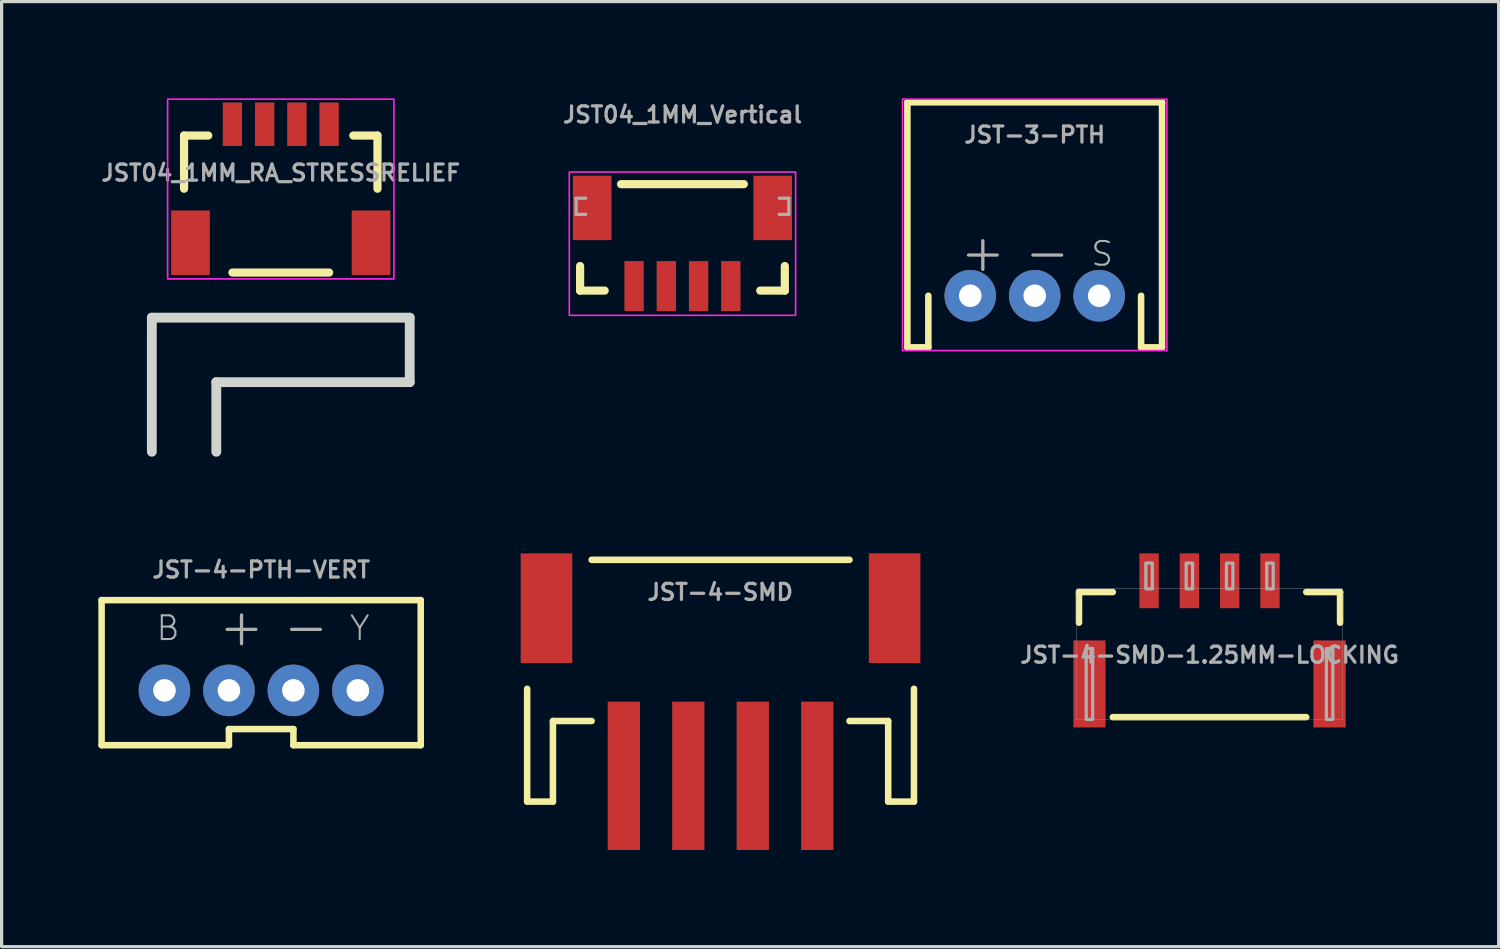
<source format=kicad_pcb>
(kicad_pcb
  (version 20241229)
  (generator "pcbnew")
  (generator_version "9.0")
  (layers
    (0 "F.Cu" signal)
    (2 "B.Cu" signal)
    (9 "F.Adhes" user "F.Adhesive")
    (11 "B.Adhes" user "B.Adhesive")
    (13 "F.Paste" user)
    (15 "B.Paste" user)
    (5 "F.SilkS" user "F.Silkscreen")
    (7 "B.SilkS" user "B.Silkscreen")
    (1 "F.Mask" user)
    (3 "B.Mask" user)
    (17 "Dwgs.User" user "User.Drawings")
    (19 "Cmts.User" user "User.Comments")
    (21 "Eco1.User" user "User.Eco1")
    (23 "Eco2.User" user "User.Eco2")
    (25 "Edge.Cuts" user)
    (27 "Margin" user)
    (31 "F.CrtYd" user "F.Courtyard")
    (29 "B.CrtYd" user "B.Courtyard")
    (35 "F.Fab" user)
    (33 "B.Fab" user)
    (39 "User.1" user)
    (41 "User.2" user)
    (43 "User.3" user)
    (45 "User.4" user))
  (footprint "JST04_1MM_RA_STRESSRELIEF"
    (layer "F.Cu")
    (at 5.66 0.805)
    (property "Reference" "JST04_1MM_RA_STRESSRELIEF" (at 0 1.8 0) (layer "F.Fab") (effects (font (size 0.5 0.5) (thickness 0.1)) (justify bottom)))
    (fp_line (start -3 0.35) (end -2.25 0.35) (stroke (width 0.254) (type solid)) (layer "F.SilkS"))
    (fp_line (start -3 2) (end -3 0.35) (stroke (width 0.254) (type solid)) (layer "F.SilkS"))
    (fp_line (start -1.5 4.6) (end 1.5 4.6) (stroke (width 0.254) (type solid)) (layer "F.SilkS"))
    (fp_line (start 2.25 0.35) (end 3 0.35) (stroke (width 0.254) (type solid)) (layer "F.SilkS"))
    (fp_line (start 3 0.35) (end 3 2) (stroke (width 0.254) (type solid)) (layer "F.SilkS"))
    (fp_line (start -4 6) (end -4 10.16) (stroke (width 0.305) (type solid)) (layer "Edge.Cuts"))
    (fp_line (start -2 8) (end 4 8) (stroke (width 0.305) (type solid)) (layer "Edge.Cuts"))
    (fp_line (start -2 10.16) (end -2 8) (stroke (width 0.305) (type solid)) (layer "Edge.Cuts"))
    (fp_line (start 4 6) (end -4 6) (stroke (width 0.305) (type solid)) (layer "Edge.Cuts"))
    (fp_line (start 4 8) (end 4 6) (stroke (width 0.305) (type solid)) (layer "Edge.Cuts"))
    (fp_rect (start 3.51 4.797) (end -3.51 -0.78) (stroke (width 0.05) (type default)) (fill no) (layer "F.CrtYd"))
    (pad "1" smd rect (at -1.5 0) (size 0.6 1.35) (layers "F.Cu" "F.Mask" "F.Paste"))
    (pad "2" smd rect (at -0.5 0) (size 0.6 1.35) (layers "F.Cu" "F.Mask" "F.Paste"))
    (pad "3" smd rect (at 0.5 0) (size 0.6 1.35) (layers "F.Cu" "F.Mask" "F.Paste"))
    (pad "4" smd rect (at 1.5 0) (size 0.6 1.35) (layers "F.Cu" "F.Mask" "F.Paste"))
    (pad "NC1" smd rect (at 2.8 3.675) (size 1.2 2) (layers "F.Cu" "F.Mask" "F.Paste"))
    (pad "NC2" smd rect (at -2.8 3.675) (size 1.2 2) (layers "F.Cu" "F.Mask" "F.Paste")))
  (footprint "JST-4-SMD-1.25MM-LOCKING"
    (layer "F.Cu")
    (at 34.472 18.267)
    (property "Reference" "JST-4-SMD-1.25MM-LOCKING" (at 0 -1 0) (layer "F.Fab") (effects (font (size 0.5 0.5) (thickness 0.1))))
    (fp_line (start -4.05 -2.95) (end -3 -2.95) (stroke (width 0.203) (type solid)) (layer "F.SilkS"))
    (fp_line (start -4.05 -2) (end -4.05 -2.95) (stroke (width 0.203) (type solid)) (layer "F.SilkS"))
    (fp_line (start -3 0.93) (end 3 0.93) (stroke (width 0.203) (type solid)) (layer "F.SilkS"))
    (fp_line (start 3 -2.95) (end 4.05 -2.95) (stroke (width 0.203) (type solid)) (layer "F.SilkS"))
    (fp_line (start 4.05 -2) (end 4.05 -2.95) (stroke (width 0.203) (type solid)) (layer "F.SilkS"))
    (fp_line (start -4.125 -3.05) (end 4.125 -3.05) (stroke (width 0.01) (type solid)) (layer "F.Fab"))
    (fp_line (start -4.125 1) (end -4.125 -3.05) (stroke (width 0.01) (type solid)) (layer "F.Fab"))
    (fp_line (start 4.125 -3.05) (end 4.125 1) (stroke (width 0.01) (type solid)) (layer "F.Fab"))
    (fp_line (start 4.125 1) (end -4.125 1) (stroke (width 0.01) (type solid)) (layer "F.Fab"))
    (fp_poly (pts (xy -3.825 1) (xy -3.625 1) (xy -3.625 -1.2) (xy -3.825 -1.2)) (stroke (width 0.1) (type default)) (fill no) (layer "F.Fab"))
    (fp_poly (pts (xy -1.975 -3.05) (xy -1.775 -3.05) (xy -1.775 -3.85) (xy -1.975 -3.85)) (stroke (width 0.1) (type default)) (fill no) (layer "F.Fab"))
    (fp_poly (pts (xy -0.725 -3.05) (xy -0.525 -3.05) (xy -0.525 -3.85) (xy -0.725 -3.85)) (stroke (width 0.1) (type default)) (fill no) (layer "F.Fab"))
    (fp_poly (pts (xy 0.525 -3.05) (xy 0.725 -3.05) (xy 0.725 -3.85) (xy 0.525 -3.85)) (stroke (width 0.1) (type default)) (fill no) (layer "F.Fab"))
    (fp_poly (pts (xy 1.775 -3.05) (xy 1.975 -3.05) (xy 1.975 -3.85) (xy 1.775 -3.85)) (stroke (width 0.1) (type default)) (fill no) (layer "F.Fab"))
    (fp_poly (pts (xy 3.625 1) (xy 3.825 1) (xy 3.825 -1.2) (xy 3.625 -1.2)) (stroke (width 0.1) (type default)) (fill no) (layer "F.Fab"))
    (pad "1" smd rect (at -1.875 -3.3 180) (size 0.6 1.7) (layers "F.Cu" "F.Mask" "F.Paste"))
    (pad "2" smd rect (at -0.625 -3.3 180) (size 0.6 1.7) (layers "F.Cu" "F.Mask" "F.Paste"))
    (pad "3" smd rect (at 0.625 -3.3 180) (size 0.6 1.7) (layers "F.Cu" "F.Mask" "F.Paste"))
    (pad "4" smd rect (at 1.875 -3.3 180) (size 0.6 1.7) (layers "F.Cu" "F.Mask" "F.Paste"))
    (pad "NC1" smd rect (at 3.725 -0.1 270) (size 2.7 1) (layers "F.Cu" "F.Mask" "F.Paste"))
    (pad "NC2" smd rect (at -3.725 -0.1 270) (size 2.7 1) (layers "F.Cu" "F.Mask" "F.Paste")))
  (footprint "JST04_1MM_Vertical"
    (layer "F.Cu")
    (at 18.121 4.314)
    (property "Reference" "JST04_1MM_Vertical" (at 0 -3.514 0) (layer "F.Fab") (effects (font (size 0.5 0.5) (thickness 0.1)) (justify bottom)))
    (fp_line (start -3.175 0.889) (end -3.175 1.651) (stroke (width 0.254) (type solid)) (layer "F.SilkS"))
    (fp_line (start -3.175 1.651) (end -2.413 1.651) (stroke (width 0.254) (type solid)) (layer "F.SilkS"))
    (fp_line (start 1.905 -1.651) (end -1.905 -1.651) (stroke (width 0.254) (type solid)) (layer "F.SilkS"))
    (fp_line (start 3.175 0.889) (end 3.175 1.651) (stroke (width 0.254) (type solid)) (layer "F.SilkS"))
    (fp_line (start 3.175 1.651) (end 2.413 1.651) (stroke (width 0.254) (type solid)) (layer "F.SilkS"))
    (fp_rect (start 3.51 -2.028) (end -3.51 2.418) (stroke (width 0.05) (type default)) (fill no) (layer "F.CrtYd"))
    (fp_line (start -3.3 -1.214) (end -3.3 -0.714) (stroke (width 0.1) (type solid)) (layer "F.Fab"))
    (fp_line (start -3.3 -0.714) (end -3 -0.714) (stroke (width 0.1) (type solid)) (layer "F.Fab"))
    (fp_line (start -3 -1.214) (end -3.3 -1.214) (stroke (width 0.1) (type solid)) (layer "F.Fab"))
    (fp_line (start 3 -0.714) (end 3.3 -0.714) (stroke (width 0.1) (type solid)) (layer "F.Fab"))
    (fp_line (start 3.3 -1.214) (end 3 -1.214) (stroke (width 0.1) (type solid)) (layer "F.Fab"))
    (fp_line (start 3.3 -0.714) (end 3.3 -1.214) (stroke (width 0.1) (type solid)) (layer "F.Fab"))
    (pad "1" smd rect (at -1.5 1.511) (size 0.6 1.55) (layers "F.Cu" "F.Mask" "F.Paste"))
    (pad "2" smd rect (at -0.5 1.511) (size 0.6 1.55) (layers "F.Cu" "F.Mask" "F.Paste"))
    (pad "3" smd rect (at 0.5 1.511) (size 0.6 1.55) (layers "F.Cu" "F.Mask" "F.Paste"))
    (pad "4" smd rect (at 1.5 1.511) (size 0.6 1.55) (layers "F.Cu" "F.Mask" "F.Paste"))
    (pad "NC1" smd rect (at -2.8 -0.914) (size 1.2 2) (layers "F.Cu" "F.Mask" "F.Paste"))
    (pad "NC2" smd rect (at 2.8 -0.914) (size 1.2 2) (layers "F.Cu" "F.Mask" "F.Paste")))
  (footprint "JST-4-SMD"
    (layer "F.Cu")
    (at 19.293 16.247)
    (property "Reference" "JST-4-SMD" (at 0 -0.635 0) (layer "F.Fab") (effects (font (size 0.5 0.5) (thickness 0.1)) (justify bottom)))
    (fp_line (start -5.99 2.07) (end -5.99 5.57) (stroke (width 0.203) (type solid)) (layer "F.SilkS"))
    (fp_line (start -5.99 5.57) (end -5.19 5.57) (stroke (width 0.203) (type solid)) (layer "F.SilkS"))
    (fp_line (start -5.19 3.07) (end -3.99 3.07) (stroke (width 0.203) (type solid)) (layer "F.SilkS"))
    (fp_line (start -5.19 5.57) (end -5.19 3.07) (stroke (width 0.203) (type solid)) (layer "F.SilkS"))
    (fp_line (start 4.01 -1.93) (end -3.99 -1.93) (stroke (width 0.203) (type solid)) (layer "F.SilkS"))
    (fp_line (start 4.01 3.07) (end 5.21 3.07) (stroke (width 0.203) (type solid)) (layer "F.SilkS"))
    (fp_line (start 5.21 3.07) (end 5.21 5.57) (stroke (width 0.203) (type solid)) (layer "F.SilkS"))
    (fp_line (start 5.21 5.57) (end 6.01 5.57) (stroke (width 0.203) (type solid)) (layer "F.SilkS"))
    (fp_line (start 6.01 5.57) (end 6.01 2.07) (stroke (width 0.203) (type solid)) (layer "F.SilkS"))
    (pad "1" smd rect (at 3.01 4.77) (size 1 4.6) (layers "F.Cu" "F.Mask" "F.Paste"))
    (pad "2" smd rect (at 1.01 4.77) (size 1 4.6) (layers "F.Cu" "F.Mask" "F.Paste"))
    (pad "3" smd rect (at -0.99 4.77) (size 1 4.6) (layers "F.Cu" "F.Mask" "F.Paste"))
    (pad "4" smd rect (at -2.99 4.77) (size 1 4.6) (layers "F.Cu" "F.Mask" "F.Paste"))
    (pad "NC1" smd rect (at -5.39 -0.43 90) (size 3.4 1.6) (layers "F.Cu" "F.Mask" "F.Paste"))
    (pad "NC2" smd rect (at 5.41 -0.43 90) (size 3.4 1.6) (layers "F.Cu" "F.Mask" "F.Paste")))
  (footprint "JST-3-PTH"
    (layer "F.Cu")
    (at 29.049 6.125)
    (property "Reference" "JST-3-PTH" (at 0 -4.7 0) (layer "F.Fab") (effects (font (size 0.5 0.5) (thickness 0.1)) (justify bottom)))
    (fp_line (start -3.95 -6) (end 3.95 -6) (stroke (width 0.203) (type solid)) (layer "F.SilkS"))
    (fp_line (start -3.95 1.6) (end -3.95 -6) (stroke (width 0.203) (type solid)) (layer "F.SilkS"))
    (fp_line (start -3.95 1.6) (end -3.3 1.6) (stroke (width 0.203) (type solid)) (layer "F.SilkS"))
    (fp_line (start -3.3 1.6) (end -3.3 0) (stroke (width 0.203) (type solid)) (layer "F.SilkS"))
    (fp_line (start 3.3 1.6) (end 3.3 0) (stroke (width 0.203) (type solid)) (layer "F.SilkS"))
    (fp_line (start 3.95 -6) (end 3.95 1.6) (stroke (width 0.203) (type solid)) (layer "F.SilkS"))
    (fp_line (start 3.95 1.6) (end 3.3 1.6) (stroke (width 0.203) (type solid)) (layer "F.SilkS"))
    (fp_rect (start 4.1 -6.1) (end -4.1 1.7) (stroke (width 0.05) (type default)) (fill no) (layer "F.CrtYd"))
    (fp_text user "-" (at -0.4 -0.67 0) (layer "F.Fab") (effects (font (size 1.168 1.168) (thickness 0.102)) (justify left bottom)))
    (fp_text user "S" (at 1.7 -0.87 0) (layer "F.Fab") (effects (font (size 0.736 0.736) (thickness 0.064)) (justify left bottom)))
    (fp_text user "+" (at -2.4 -0.67 0) (layer "F.Fab") (effects (font (size 1.168 1.168) (thickness 0.102)) (justify left bottom)))
    (pad "1" thru_hole circle (at -2 0) (size 1.6 1.6) (drill 0.7) (layers "*.Cu" "*.Mask"))
    (pad "2" thru_hole circle (at 0 0) (size 1.6 1.6) (drill 0.7) (layers "*.Cu" "*.Mask"))
    (pad "3" thru_hole circle (at 2 0) (size 1.6 1.6) (drill 0.7) (layers "*.Cu" "*.Mask")))
  (footprint "JST-4-PTH-VERT"
    (layer "F.Cu")
    (at 5.052 17.817)
    (property "Reference" "JST-4-PTH-VERT" (at 0 -2.9 0) (layer "F.Fab") (effects (font (size 0.5 0.5) (thickness 0.1) (bold yes)) (justify bottom)))
    (fp_line (start -4.95 -2.25) (end 4.95 -2.25) (stroke (width 0.203) (type solid)) (layer "F.SilkS"))
    (fp_line (start -4.95 2.25) (end -4.95 -2.25) (stroke (width 0.203) (type solid)) (layer "F.SilkS"))
    (fp_line (start -1 1.75) (end -1 2.25) (stroke (width 0.203) (type solid)) (layer "F.SilkS"))
    (fp_line (start -1 1.75) (end 1 1.75) (stroke (width 0.203) (type solid)) (layer "F.SilkS"))
    (fp_line (start -1 2.25) (end -4.95 2.25) (stroke (width 0.203) (type solid)) (layer "F.SilkS"))
    (fp_line (start 1 1.75) (end 1 2.25) (stroke (width 0.203) (type solid)) (layer "F.SilkS"))
    (fp_line (start 4.95 -2.25) (end 4.95 2.25) (stroke (width 0.203) (type solid)) (layer "F.SilkS"))
    (fp_line (start 4.95 2.25) (end 1 2.25) (stroke (width 0.203) (type solid)) (layer "F.SilkS"))
    (fp_text user "B" (at -3.3 -0.95 0) (layer "F.Fab") (effects (font (size 0.736 0.736) (thickness 0.064)) (justify left bottom)))
    (fp_text user "-" (at 0.6 -0.75 0) (layer "F.Fab") (effects (font (size 1.168 1.168) (thickness 0.102)) (justify left bottom)))
    (fp_text user "Y" (at 2.7 -0.95 0) (layer "F.Fab") (effects (font (size 0.736 0.736) (thickness 0.064)) (justify left bottom)))
    (fp_text user "+" (at -1.4 -0.75 0) (layer "F.Fab") (effects (font (size 1.168 1.168) (thickness 0.102)) (justify left bottom)))
    (pad "1" thru_hole circle (at -3 0.55) (size 1.6 1.6) (drill 0.7) (layers "*.Cu" "*.Mask"))
    (pad "2" thru_hole circle (at -1 0.55) (size 1.6 1.6) (drill 0.7) (layers "*.Cu" "*.Mask"))
    (pad "3" thru_hole circle (at 1 0.55) (size 1.6 1.6) (drill 0.7) (layers "*.Cu" "*.Mask"))
    (pad "4" thru_hole circle (at 3 0.55) (size 1.6 1.6) (drill 0.7) (layers "*.Cu" "*.Mask")))
  (gr_rect
    (start -3 -3)
    (end 43.441 26.317)
    (stroke (width 0.1) (type default))
    (fill no)
    (layer "Edge.Cuts")))
</source>
